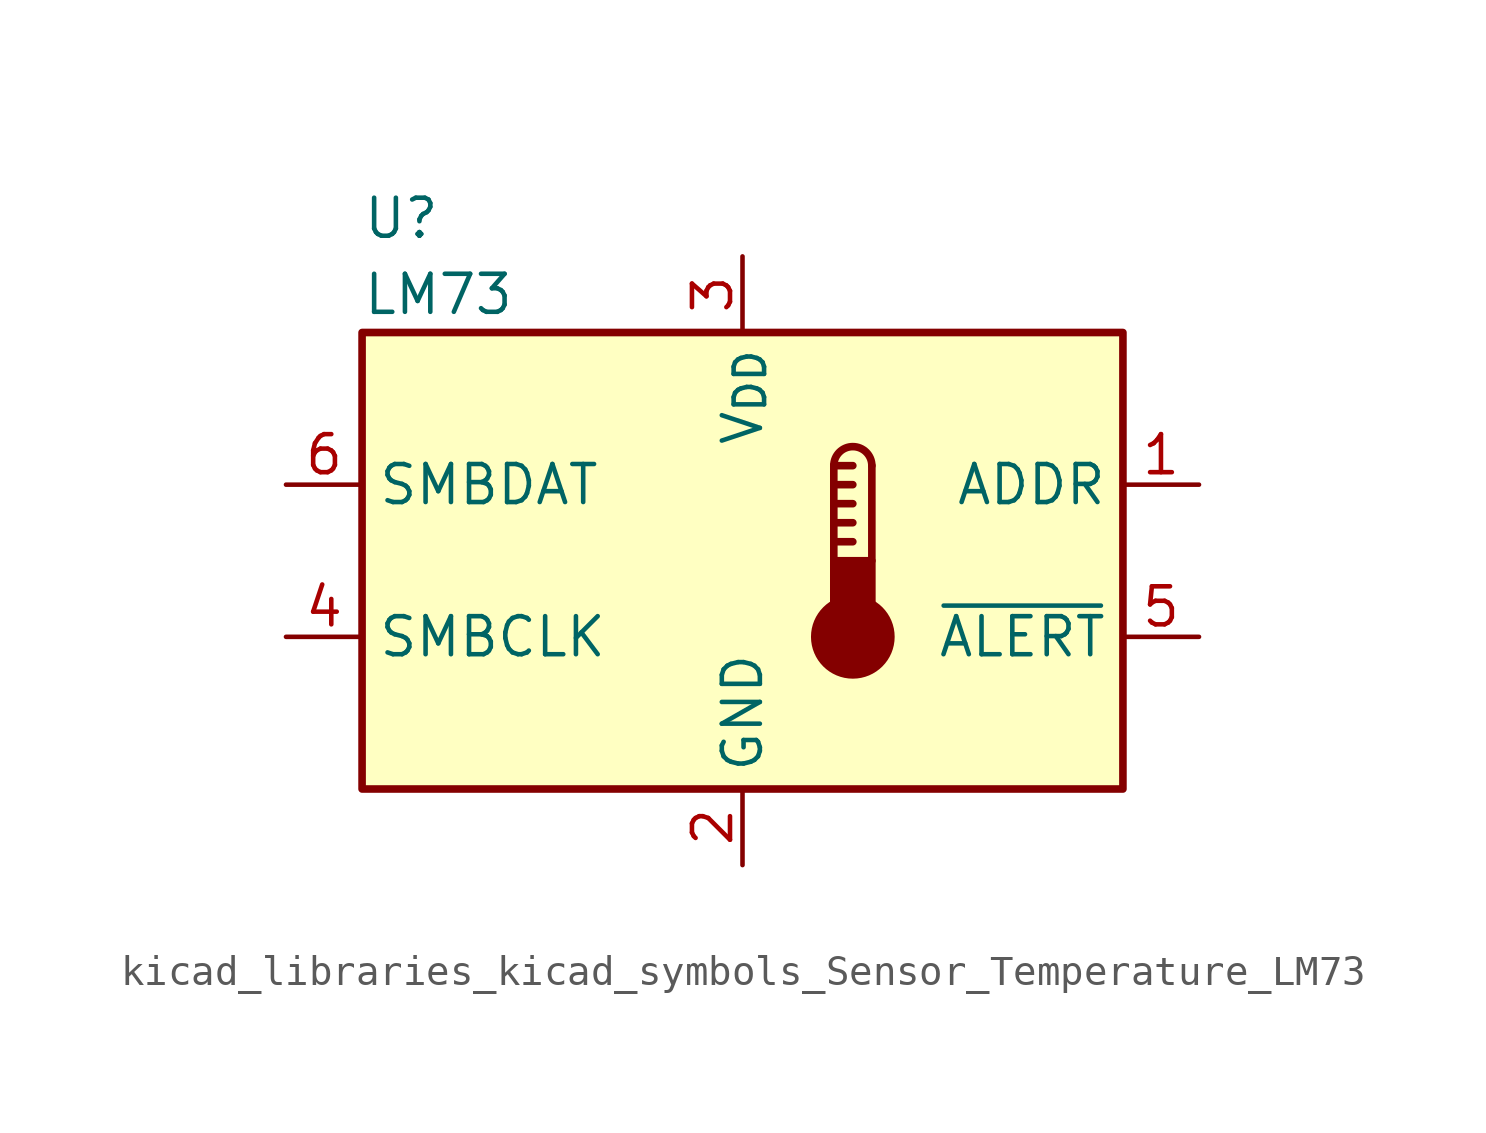
<source format=kicad_sym>
(kicad_symbol_lib
  (version 20220914)
  (generator kicad_symbol_editor)
  (symbol "kicad_libraries_kicad_symbols_Sensor_Temperature_LM73"
    (property "Reference" "U"
      (at -12.7 11.43 0)
      (effects (font (size 1.27 1.27)) (justify left)))
    (property "Value" "LM73"
      (at -12.7 8.89 0)
      (effects (font (size 1.27 1.27)) (justify left)))
    (symbol "kicad_libraries_kicad_symbols_Sensor_Temperature_LM73_0_1"
      (rectangle (start -12.7 7.62) (end 12.7 -7.62) (stroke (width 0.254) (type default)) (fill (type background)))
      (polyline (pts (xy 3.048 0.635) (xy 3.683 0.635)) (stroke (width 0.254) (type default)) (fill (type none)))
      (polyline (pts (xy 3.048 1.27) (xy 3.683 1.27)) (stroke (width 0.254) (type default)) (fill (type none)))
      (polyline (pts (xy 3.048 1.905) (xy 3.683 1.905)) (stroke (width 0.254) (type default)) (fill (type none)))
      (polyline (pts (xy 3.048 2.54) (xy 3.683 2.54)) (stroke (width 0.254) (type default)) (fill (type none)))
      (polyline (pts (xy 3.048 3.175) (xy 3.048 0)) (stroke (width 0.254) (type default)) (fill (type none)))
      (polyline (pts (xy 3.048 3.175) (xy 3.683 3.175)) (stroke (width 0.254) (type default)) (fill (type none)))
      (polyline (pts (xy 4.318 3.175) (xy 4.318 0)) (stroke (width 0.254) (type default)) (fill (type none)))
      (circle (center 3.683 -2.54) (radius 1.27) (stroke (width 0.254) (type default)) (fill (type outline)))
      (rectangle (start 4.318 -1.905) (end 3.048 0) (stroke (width 0.254) (type default)) (fill (type outline)))
      (arc (start 4.318 3.175) (mid 3.683 3.8073) (end 3.048 3.175) (stroke (width 0.254) (type default)) (fill (type none))))
    (symbol "kicad_libraries_kicad_symbols_Sensor_Temperature_LM73_1_1"
      (pin input line (at 15.24 2.54 180) (length 2.54) (name "ADDR" (effects (font (size 1.27 1.27)))) (number "1" (effects (font (size 1.27 1.27)))))
      (pin power_in line (at 0 -10.16 90) (length 2.54) (name "GND" (effects (font (size 1.27 1.27)))) (number "2" (effects (font (size 1.27 1.27)))))
      (pin power_in line (at 0 10.16 270) (length 2.54) (name "V_{DD}" (effects (font (size 1.27 1.27)))) (number "3" (effects (font (size 1.27 1.27)))))
      (pin input line (at -15.24 -2.54 0) (length 2.54) (name "SMBCLK" (effects (font (size 1.27 1.27)))) (number "4" (effects (font (size 1.27 1.27)))))
      (pin output line (at 15.24 -2.54 180) (length 2.54) (name "~{ALERT}" (effects (font (size 1.27 1.27)))) (number "5" (effects (font (size 1.27 1.27)))))
      (pin bidirectional line (at -15.24 2.54 0) (length 2.54) (name "SMBDAT" (effects (font (size 1.27 1.27)))) (number "6" (effects (font (size 1.27 1.27))))))))
</source>
